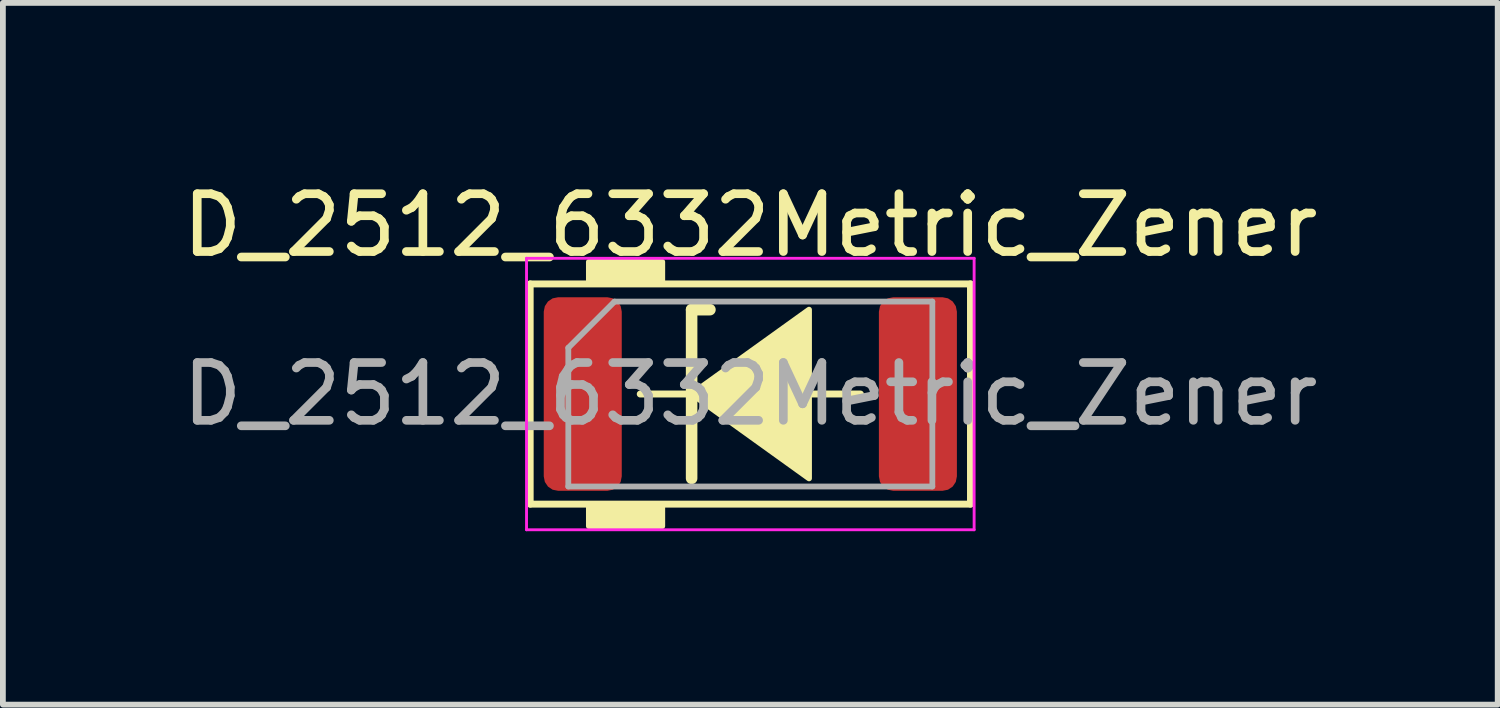
<source format=kicad_pcb>
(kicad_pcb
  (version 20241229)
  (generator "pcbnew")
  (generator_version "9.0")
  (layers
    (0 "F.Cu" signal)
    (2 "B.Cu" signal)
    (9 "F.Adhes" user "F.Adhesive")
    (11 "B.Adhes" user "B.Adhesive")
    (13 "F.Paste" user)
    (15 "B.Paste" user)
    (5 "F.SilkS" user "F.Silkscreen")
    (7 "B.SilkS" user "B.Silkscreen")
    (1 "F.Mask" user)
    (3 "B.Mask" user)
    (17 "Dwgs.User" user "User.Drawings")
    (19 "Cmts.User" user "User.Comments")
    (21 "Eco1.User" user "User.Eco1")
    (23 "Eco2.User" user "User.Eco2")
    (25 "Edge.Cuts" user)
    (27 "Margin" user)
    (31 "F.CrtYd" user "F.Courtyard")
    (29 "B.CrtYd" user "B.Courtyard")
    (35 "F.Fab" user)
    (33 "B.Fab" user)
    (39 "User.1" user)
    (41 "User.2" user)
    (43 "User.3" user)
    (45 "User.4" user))
  (footprint "D_2512_6332Metric_Zener"
    (layer "F.Cu")
    (at 9.935 3.769)
    (property "Reference" "D_2512_6332Metric_Zener" (at 0 -2.921 0) (layer "F.SilkS") (effects (font (size 1 1) (thickness 0.15))))
    (attr smd)
    (fp_line (start -3.81 -1.905) (end -3.81 1.905) (stroke (width 0.12) (type solid)) (layer "F.SilkS"))
    (fp_line (start -3.81 1.905) (end 3.81 1.905) (stroke (width 0.12) (type solid)) (layer "F.SilkS"))
    (fp_line (start -1.905 0) (end -1.016 0) (stroke (width 0.12) (type solid)) (layer "F.SilkS"))
    (fp_line (start -1.016 -1.46) (end -1.016 1.46) (stroke (width 0.2) (type solid)) (layer "F.SilkS"))
    (fp_line (start -1.016 -1.46) (end -0.699 -1.46) (stroke (width 0.2) (type solid)) (layer "F.SilkS"))
    (fp_line (start 1.016 0) (end 1.905 0) (stroke (width 0.12) (type solid)) (layer "F.SilkS"))
    (fp_line (start 3.81 -1.905) (end -3.81 -1.905) (stroke (width 0.12) (type solid)) (layer "F.SilkS"))
    (fp_line (start 3.81 1.905) (end 3.81 -1.905) (stroke (width 0.12) (type solid)) (layer "F.SilkS"))
    (fp_poly (pts (xy 1.016 1.46) (xy -1.016 0) (xy 1.016 -1.46)) (stroke (width 0.1) (type solid)) (fill yes) (layer "F.SilkS"))
    (fp_poly (pts (xy -1.524 -1.905) (xy -2.794 -1.905) (xy -2.794 -2.286) (xy -1.524 -2.286)) (stroke (width 0.1) (type solid)) (fill yes) (layer "F.SilkS"))
    (fp_poly (pts (xy -1.524 2.286) (xy -2.794 2.286) (xy -2.794 1.905) (xy -1.524 1.905)) (stroke (width 0.1) (type solid)) (fill yes) (layer "F.SilkS"))
    (fp_line (start -3.873 -2.349) (end 3.873 -2.349) (stroke (width 0.05) (type solid)) (layer "F.CrtYd"))
    (fp_line (start -3.873 2.349) (end -3.873 -2.349) (stroke (width 0.05) (type solid)) (layer "F.CrtYd"))
    (fp_line (start 3.873 -2.349) (end 3.873 2.349) (stroke (width 0.05) (type solid)) (layer "F.CrtYd"))
    (fp_line (start 3.873 2.349) (end -3.873 2.349) (stroke (width 0.05) (type solid)) (layer "F.CrtYd"))
    (fp_line (start -3.15 -0.8) (end -3.15 1.6) (stroke (width 0.1) (type solid)) (layer "F.Fab"))
    (fp_line (start -3.15 1.6) (end 3.15 1.6) (stroke (width 0.1) (type solid)) (layer "F.Fab"))
    (fp_line (start -2.35 -1.6) (end -3.15 -0.8) (stroke (width 0.1) (type solid)) (layer "F.Fab"))
    (fp_line (start 3.15 -1.6) (end -2.35 -1.6) (stroke (width 0.1) (type solid)) (layer "F.Fab"))
    (fp_line (start 3.15 1.6) (end 3.15 -1.6) (stroke (width 0.1) (type solid)) (layer "F.Fab"))
    (fp_text user "${REFERENCE}" (at 0 0 0) (layer "F.Fab") (effects (font (size 1 1) (thickness 0.15))))
    (pad "1" smd roundrect (at -2.9 0) (size 1.35 3.35) (layers "F.Cu" "F.Mask" "F.Paste") (roundrect_rratio 0.185))
    (pad "2" smd roundrect (at 2.9 0) (size 1.35 3.35) (layers "F.Cu" "F.Mask" "F.Paste") (roundrect_rratio 0.185)))
  (gr_rect
    (start -3 -3)
    (end 22.869 9.144)
    (stroke (width 0.1) (type default))
    (fill no)
    (layer "Edge.Cuts")))
</source>
